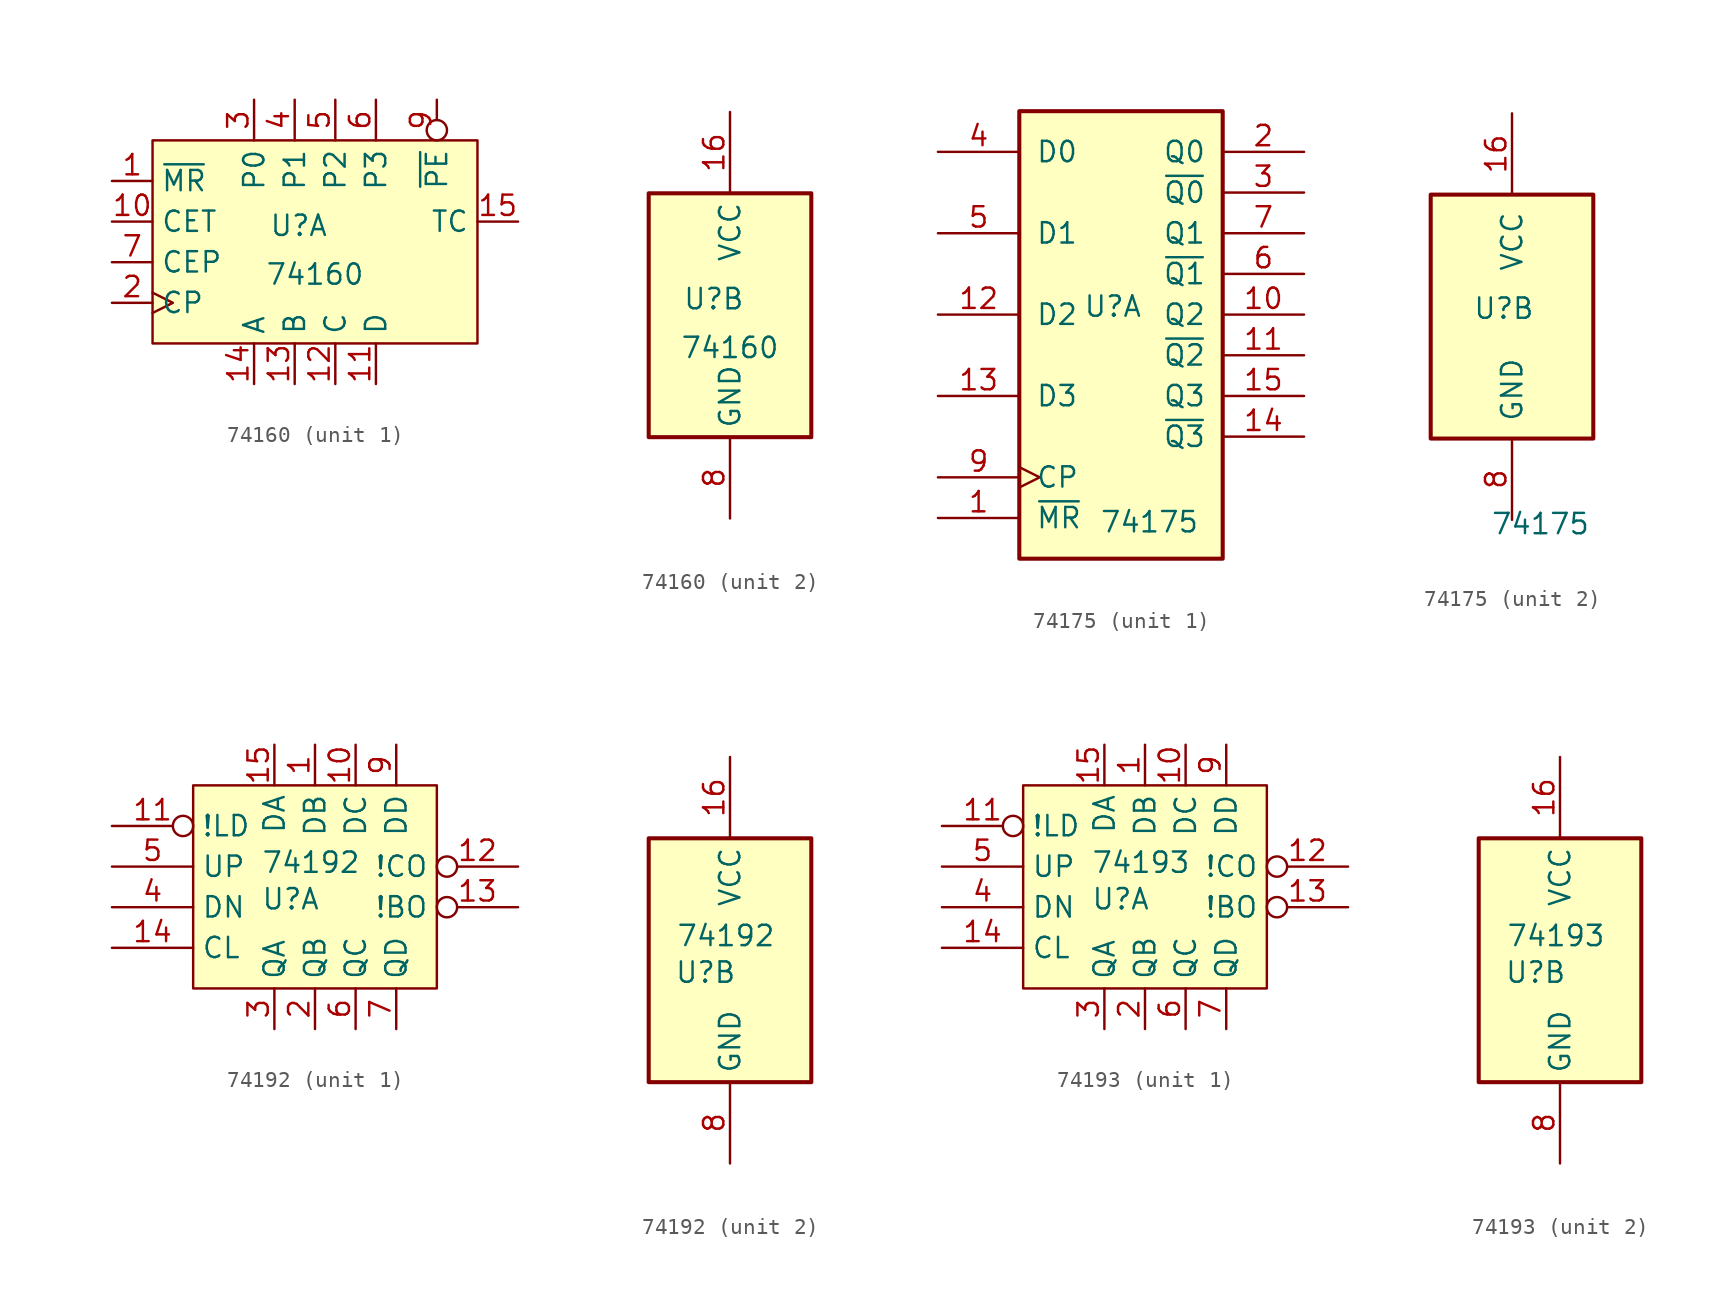
<source format=kicad_sym>
(kicad_symbol_lib
  (version 20241209)
  (generator "kicad_symbol_editor")
  (generator_version "9.0")
  (symbol "74160"
    (property "Reference" "U"
      (at -1.016 1.016 0)
      (effects (font (size 1.27 1.27))))
    (property "Value" "74160"
      (at 0 -2.032 0)
      (effects (font (size 1.27 1.27))))
    (property "ki_locked" ""
      (at 0 0 0)
      (effects (font (size 1.27 1.27))))
    (symbol "74160_1_1"
      (rectangle (start -10.16 6.35) (end 10.16 -6.35) (stroke (width 0) (type default)) (fill (type background)))
      (pin input line (at -12.7 3.81 0) (length 2.54) (name "~{MR}" (effects (font (size 1.27 1.27)))) (number "1" (effects (font (size 1.27 1.27)))))
      (pin input line (at -12.7 1.27 0) (length 2.54) (name "CET" (effects (font (size 1.27 1.27)))) (number "10" (effects (font (size 1.27 1.27)))))
      (pin input line (at -12.7 -1.27 0) (length 2.54) (name "CEP" (effects (font (size 1.27 1.27)))) (number "7" (effects (font (size 1.27 1.27)))))
      (pin input clock (at -12.7 -3.81 0) (length 2.54) (name "CP" (effects (font (size 1.27 1.27)))) (number "2" (effects (font (size 1.27 1.27)))))
      (pin input line (at -3.81 8.89 270) (length 2.54) (name "P0" (effects (font (size 1.27 1.27)))) (number "3" (effects (font (size 1.27 1.27)))))
      (pin output line (at -3.81 -8.89 90) (length 2.54) (name "A" (effects (font (size 1.27 1.27)))) (number "14" (effects (font (size 1.27 1.27)))))
      (pin input line (at -1.27 8.89 270) (length 2.54) (name "P1" (effects (font (size 1.27 1.27)))) (number "4" (effects (font (size 1.27 1.27)))))
      (pin output line (at -1.27 -8.89 90) (length 2.54) (name "B" (effects (font (size 1.27 1.27)))) (number "13" (effects (font (size 1.27 1.27)))))
      (pin input line (at 1.27 8.89 270) (length 2.54) (name "P2" (effects (font (size 1.27 1.27)))) (number "5" (effects (font (size 1.27 1.27)))))
      (pin output line (at 1.27 -8.89 90) (length 2.54) (name "C" (effects (font (size 1.27 1.27)))) (number "12" (effects (font (size 1.27 1.27)))))
      (pin input line (at 3.81 8.89 270) (length 2.54) (name "P3" (effects (font (size 1.27 1.27)))) (number "6" (effects (font (size 1.27 1.27)))))
      (pin output line (at 3.81 -8.89 90) (length 2.54) (name "D" (effects (font (size 1.27 1.27)))) (number "11" (effects (font (size 1.27 1.27)))))
      (pin input inverted (at 7.62 8.89 270) (length 2.54) (name "~{PE}" (effects (font (size 1.27 1.27)))) (number "9" (effects (font (size 1.27 1.27)))))
      (pin output line (at 12.7 1.27 180) (length 2.54) (name "TC" (effects (font (size 1.27 1.27)))) (number "15" (effects (font (size 1.27 1.27))))))
    (symbol "74160_2_0"
      (pin power_in line (at 0 12.7 270) (length 5.08) (name "VCC" (effects (font (size 1.27 1.27)))) (number "16" (effects (font (size 1.27 1.27)))))
      (pin power_in line (at 0 -12.7 90) (length 5.08) (name "GND" (effects (font (size 1.27 1.27)))) (number "8" (effects (font (size 1.27 1.27))))))
    (symbol "74160_2_1"
      (rectangle (start -5.08 7.62) (end 5.08 -7.62) (stroke (width 0.254) (type default)) (fill (type background)))))
  (symbol "74175"
    (pin_names
      (offset 1.016))
    (property "Reference" "U"
      (at -0.508 0.508 0)
      (effects (font (size 1.27 1.27))))
    (property "Value" "74175"
      (at 1.778 -12.954 0)
      (effects (font (size 1.27 1.27))))
    (property "ki_locked" ""
      (at 0 0 0)
      (effects (font (size 1.27 1.27))))
    (symbol "74175_1_0"
      (pin input line (at -11.43 10.16 0) (length 5.08) (name "D0" (effects (font (size 1.27 1.27)))) (number "4" (effects (font (size 1.27 1.27)))))
      (pin input line (at -11.43 5.08 0) (length 5.08) (name "D1" (effects (font (size 1.27 1.27)))) (number "5" (effects (font (size 1.27 1.27)))))
      (pin input line (at -11.43 0 0) (length 5.08) (name "D2" (effects (font (size 1.27 1.27)))) (number "12" (effects (font (size 1.27 1.27)))))
      (pin input line (at -11.43 -5.08 0) (length 5.08) (name "D3" (effects (font (size 1.27 1.27)))) (number "13" (effects (font (size 1.27 1.27)))))
      (pin input clock (at -11.43 -10.16 0) (length 5.08) (name "CP" (effects (font (size 1.27 1.27)))) (number "9" (effects (font (size 1.27 1.27)))))
      (pin input line (at -11.43 -12.7 0) (length 5.08) (name "~{MR}" (effects (font (size 1.27 1.27)))) (number "1" (effects (font (size 1.27 1.27)))))
      (pin output line (at 11.43 10.16 180) (length 5.08) (name "Q0" (effects (font (size 1.27 1.27)))) (number "2" (effects (font (size 1.27 1.27)))))
      (pin output line (at 11.43 7.62 180) (length 5.08) (name "~{Q0}" (effects (font (size 1.27 1.27)))) (number "3" (effects (font (size 1.27 1.27)))))
      (pin output line (at 11.43 5.08 180) (length 5.08) (name "Q1" (effects (font (size 1.27 1.27)))) (number "7" (effects (font (size 1.27 1.27)))))
      (pin output line (at 11.43 2.54 180) (length 5.08) (name "~{Q1}" (effects (font (size 1.27 1.27)))) (number "6" (effects (font (size 1.27 1.27)))))
      (pin output line (at 11.43 0 180) (length 5.08) (name "Q2" (effects (font (size 1.27 1.27)))) (number "10" (effects (font (size 1.27 1.27)))))
      (pin output line (at 11.43 -2.54 180) (length 5.08) (name "~{Q2}" (effects (font (size 1.27 1.27)))) (number "11" (effects (font (size 1.27 1.27)))))
      (pin output line (at 11.43 -5.08 180) (length 5.08) (name "Q3" (effects (font (size 1.27 1.27)))) (number "15" (effects (font (size 1.27 1.27)))))
      (pin output line (at 11.43 -7.62 180) (length 5.08) (name "~{Q3}" (effects (font (size 1.27 1.27)))) (number "14" (effects (font (size 1.27 1.27))))))
    (symbol "74175_1_1"
      (rectangle (start -6.35 12.7) (end 6.35 -15.24) (stroke (width 0.254) (type default)) (fill (type background))))
    (symbol "74175_2_0"
      (pin power_in line (at 0 12.7 270) (length 5.08) (name "VCC" (effects (font (size 1.27 1.27)))) (number "16" (effects (font (size 1.27 1.27)))))
      (pin power_in line (at 0 -12.7 90) (length 5.08) (name "GND" (effects (font (size 1.27 1.27)))) (number "8" (effects (font (size 1.27 1.27))))))
    (symbol "74175_2_1"
      (rectangle (start -5.08 7.62) (end 5.08 -7.62) (stroke (width 0.254) (type default)) (fill (type background)))))
  (symbol "74192"
    (property "Reference" "U"
      (at -1.524 -0.762 0)
      (effects (font (size 1.27 1.27))))
    (property "Value" "74192"
      (at -0.254 1.524 0)
      (effects (font (size 1.27 1.27))))
    (property "ki_locked" ""
      (at 0 0 0)
      (effects (font (size 1.27 1.27))))
    (symbol "74192_1_1"
      (rectangle (start -7.62 6.35) (end 7.62 -6.35) (stroke (width 0) (type default)) (fill (type background)))
      (pin input inverted (at -12.7 3.81 0) (length 5.08) (name "!LD" (effects (font (size 1.27 1.27)))) (number "11" (effects (font (size 1.27 1.27)))))
      (pin input line (at -12.7 1.27 0) (length 5.08) (name "UP" (effects (font (size 1.27 1.27)))) (number "5" (effects (font (size 1.27 1.27)))))
      (pin input line (at -12.7 -1.27 0) (length 5.08) (name "DN" (effects (font (size 1.27 1.27)))) (number "4" (effects (font (size 1.27 1.27)))))
      (pin input line (at -12.7 -3.81 0) (length 5.08) (name "CL" (effects (font (size 1.27 1.27)))) (number "14" (effects (font (size 1.27 1.27)))))
      (pin input line (at -2.54 8.89 270) (length 2.54) (name "DA" (effects (font (size 1.27 1.27)))) (number "15" (effects (font (size 1.27 1.27)))))
      (pin output line (at -2.54 -8.89 90) (length 2.54) (name "QA" (effects (font (size 1.27 1.27)))) (number "3" (effects (font (size 1.27 1.27)))))
      (pin input line (at 0 8.89 270) (length 2.54) (name "DB" (effects (font (size 1.27 1.27)))) (number "1" (effects (font (size 1.27 1.27)))))
      (pin output line (at 0 -8.89 90) (length 2.54) (name "QB" (effects (font (size 1.27 1.27)))) (number "2" (effects (font (size 1.27 1.27)))))
      (pin input line (at 2.54 8.89 270) (length 2.54) (name "DC" (effects (font (size 1.27 1.27)))) (number "10" (effects (font (size 1.27 1.27)))))
      (pin output line (at 2.54 -8.89 90) (length 2.54) (name "QC" (effects (font (size 1.27 1.27)))) (number "6" (effects (font (size 1.27 1.27)))))
      (pin input line (at 5.08 8.89 270) (length 2.54) (name "DD" (effects (font (size 1.27 1.27)))) (number "9" (effects (font (size 1.27 1.27)))))
      (pin output line (at 5.08 -8.89 90) (length 2.54) (name "QD" (effects (font (size 1.27 1.27)))) (number "7" (effects (font (size 1.27 1.27)))))
      (pin output inverted (at 12.7 1.27 180) (length 5.08) (name "!CO" (effects (font (size 1.27 1.27)))) (number "12" (effects (font (size 1.27 1.27)))))
      (pin output inverted (at 12.7 -1.27 180) (length 5.08) (name "!BO" (effects (font (size 1.27 1.27)))) (number "13" (effects (font (size 1.27 1.27))))))
    (symbol "74192_2_0"
      (pin power_in line (at 0 12.7 270) (length 5.08) (name "VCC" (effects (font (size 1.27 1.27)))) (number "16" (effects (font (size 1.27 1.27)))))
      (pin power_in line (at 0 -12.7 90) (length 5.08) (name "GND" (effects (font (size 1.27 1.27)))) (number "8" (effects (font (size 1.27 1.27))))))
    (symbol "74192_2_1"
      (rectangle (start -5.08 7.62) (end 5.08 -7.62) (stroke (width 0.254) (type default)) (fill (type background)))))
  (symbol "74193"
    (property "Reference" "U"
      (at -1.524 -0.762 0)
      (effects (font (size 1.27 1.27))))
    (property "Value" "74193"
      (at -0.254 1.524 0)
      (effects (font (size 1.27 1.27))))
    (property "ki_locked" ""
      (at 0 0 0)
      (effects (font (size 1.27 1.27))))
    (symbol "74193_1_1"
      (rectangle (start -7.62 6.35) (end 7.62 -6.35) (stroke (width 0) (type default)) (fill (type background)))
      (pin input inverted (at -12.7 3.81 0) (length 5.08) (name "!LD" (effects (font (size 1.27 1.27)))) (number "11" (effects (font (size 1.27 1.27)))))
      (pin input line (at -12.7 1.27 0) (length 5.08) (name "UP" (effects (font (size 1.27 1.27)))) (number "5" (effects (font (size 1.27 1.27)))))
      (pin input line (at -12.7 -1.27 0) (length 5.08) (name "DN" (effects (font (size 1.27 1.27)))) (number "4" (effects (font (size 1.27 1.27)))))
      (pin input line (at -12.7 -3.81 0) (length 5.08) (name "CL" (effects (font (size 1.27 1.27)))) (number "14" (effects (font (size 1.27 1.27)))))
      (pin input line (at -2.54 8.89 270) (length 2.54) (name "DA" (effects (font (size 1.27 1.27)))) (number "15" (effects (font (size 1.27 1.27)))))
      (pin output line (at -2.54 -8.89 90) (length 2.54) (name "QA" (effects (font (size 1.27 1.27)))) (number "3" (effects (font (size 1.27 1.27)))))
      (pin input line (at 0 8.89 270) (length 2.54) (name "DB" (effects (font (size 1.27 1.27)))) (number "1" (effects (font (size 1.27 1.27)))))
      (pin output line (at 0 -8.89 90) (length 2.54) (name "QB" (effects (font (size 1.27 1.27)))) (number "2" (effects (font (size 1.27 1.27)))))
      (pin input line (at 2.54 8.89 270) (length 2.54) (name "DC" (effects (font (size 1.27 1.27)))) (number "10" (effects (font (size 1.27 1.27)))))
      (pin output line (at 2.54 -8.89 90) (length 2.54) (name "QC" (effects (font (size 1.27 1.27)))) (number "6" (effects (font (size 1.27 1.27)))))
      (pin input line (at 5.08 8.89 270) (length 2.54) (name "DD" (effects (font (size 1.27 1.27)))) (number "9" (effects (font (size 1.27 1.27)))))
      (pin output line (at 5.08 -8.89 90) (length 2.54) (name "QD" (effects (font (size 1.27 1.27)))) (number "7" (effects (font (size 1.27 1.27)))))
      (pin output inverted (at 12.7 1.27 180) (length 5.08) (name "!CO" (effects (font (size 1.27 1.27)))) (number "12" (effects (font (size 1.27 1.27)))))
      (pin output inverted (at 12.7 -1.27 180) (length 5.08) (name "!BO" (effects (font (size 1.27 1.27)))) (number "13" (effects (font (size 1.27 1.27))))))
    (symbol "74193_2_0"
      (pin power_in line (at 0 12.7 270) (length 5.08) (name "VCC" (effects (font (size 1.27 1.27)))) (number "16" (effects (font (size 1.27 1.27)))))
      (pin power_in line (at 0 -12.7 90) (length 5.08) (name "GND" (effects (font (size 1.27 1.27)))) (number "8" (effects (font (size 1.27 1.27))))))
    (symbol "74193_2_1"
      (rectangle (start -5.08 7.62) (end 5.08 -7.62) (stroke (width 0.254) (type default)) (fill (type background))))))
</source>
